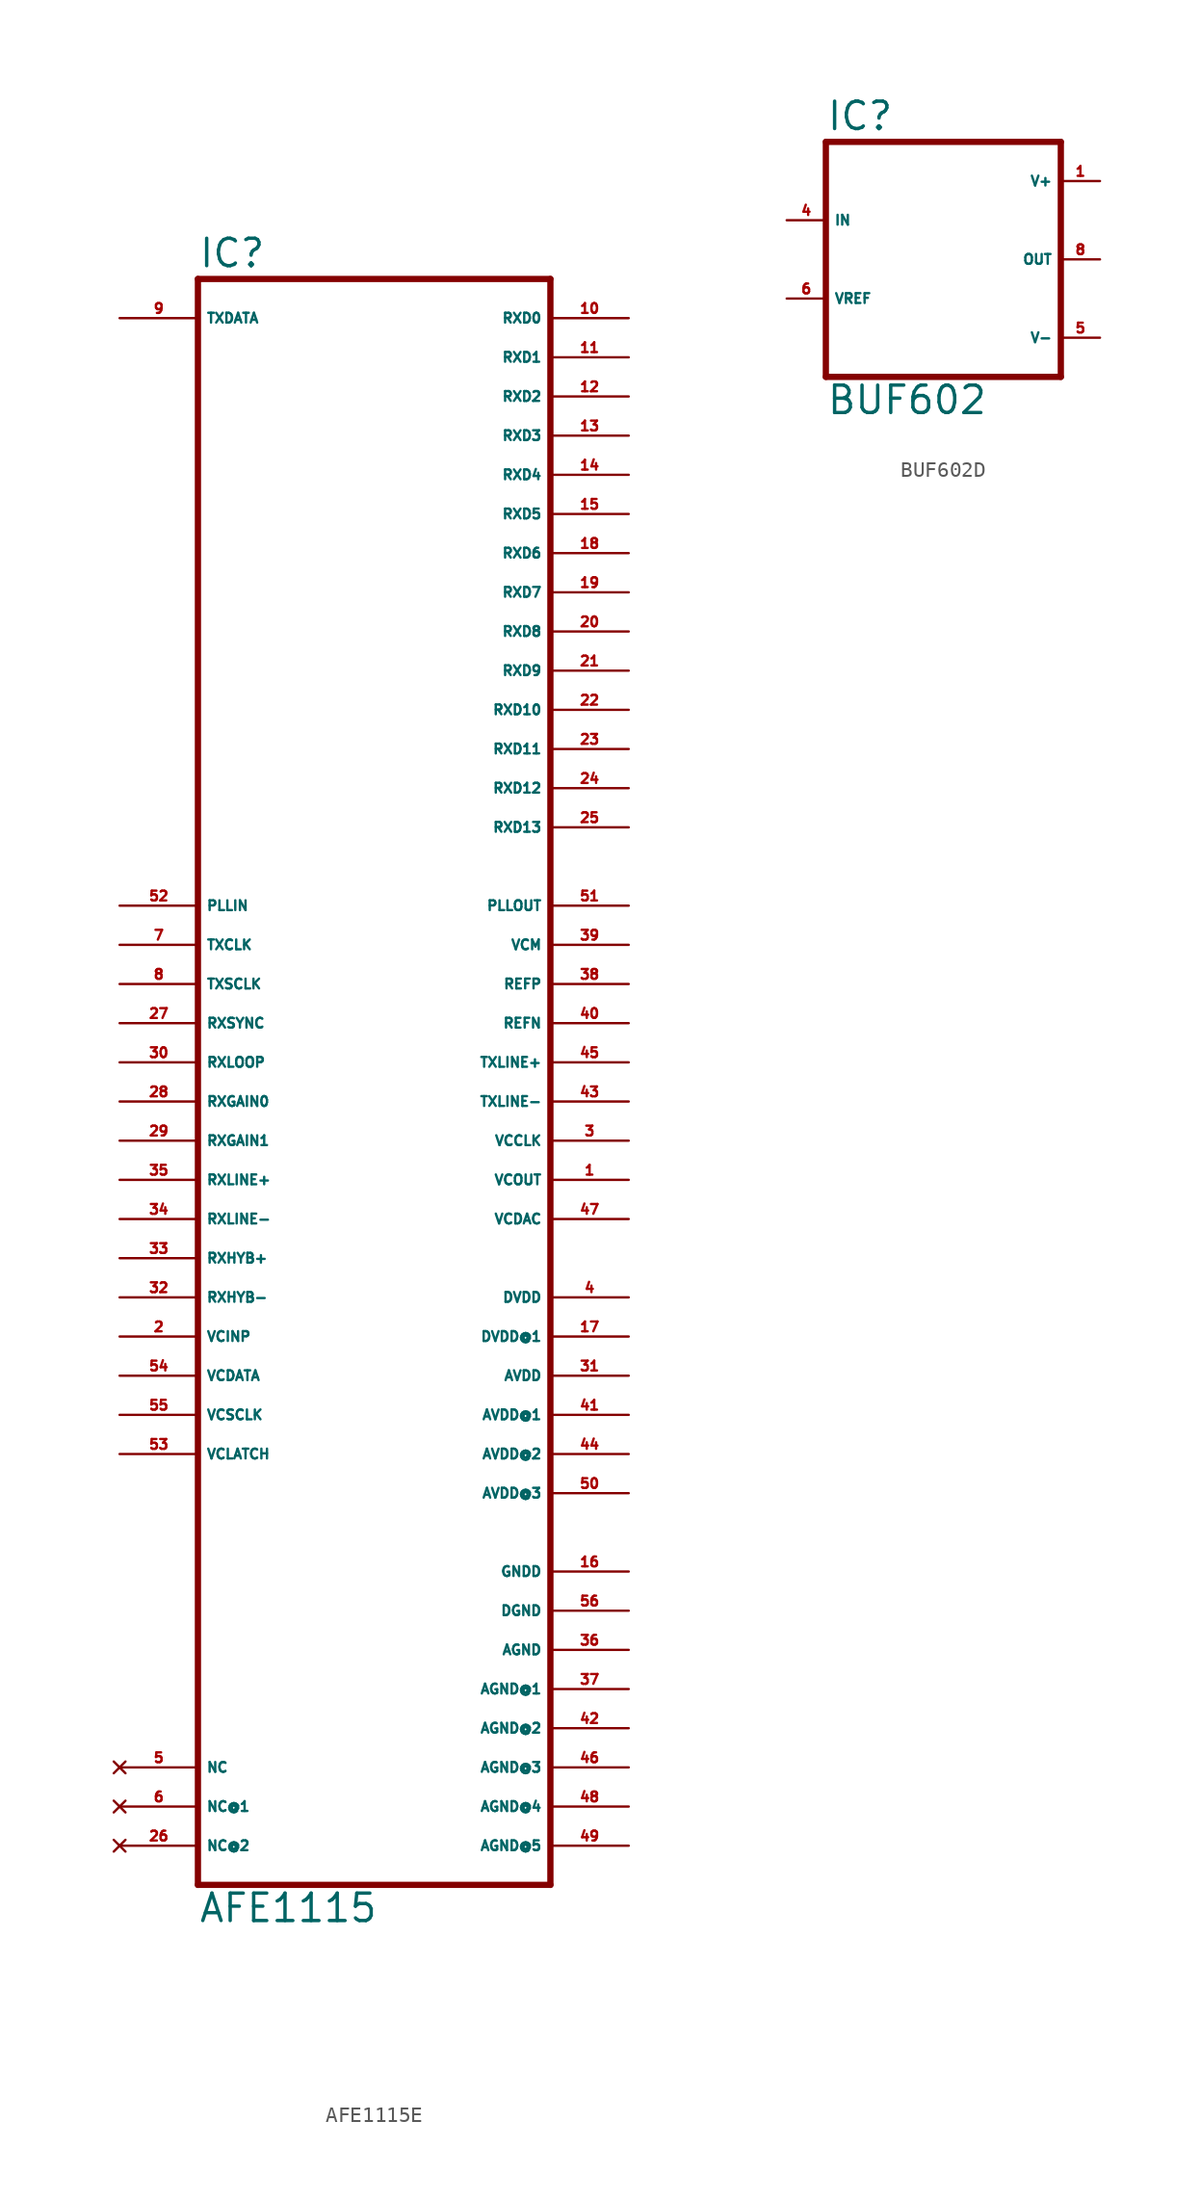
<source format=kicad_sym>
(kicad_symbol_lib
  (version 20220914)
  (generator Eagle2Kicad)
  (symbol "AFE1115E"
    (property "Reference" "IC"
      (at -10.16 51.435 0)
      (effects (font (size 1.778 1.778) (thickness 0.22)) (justify left bottom)))
    (property "Value" "AFE1115"
      (at -10.16 -55.88 0)
      (effects (font (size 1.778 1.778) (thickness 0.22)) (justify left bottom)))
    (polyline
      (pts (xy -10.16 50.8) (xy 12.7 50.8))
      (stroke (width 0.406) (type default))
      (fill (type none)))
    (polyline
      (pts (xy 12.7 50.8) (xy 12.7 -53.34))
      (stroke (width 0.406) (type default))
      (fill (type none)))
    (polyline
      (pts (xy 12.7 -53.34) (xy -10.16 -53.34))
      (stroke (width 0.406) (type default))
      (fill (type none)))
    (polyline
      (pts (xy -10.16 -53.34) (xy -10.16 50.8))
      (stroke (width 0.406) (type default))
      (fill (type none)))
    (pin input line
      (at -15.24 48.26 0)
      (length 5.08)
      (name "TXDATA" (effects (font (size 0.635 0.635) (thickness 0.08)) (justify left bottom)))
      (number "9" (effects (font (size 0.635 0.635) (thickness 0.08)) (justify left bottom))))
    (pin input line
      (at -15.24 10.16 0)
      (length 5.08)
      (name "PLLIN" (effects (font (size 0.635 0.635) (thickness 0.08)) (justify left bottom)))
      (number "52" (effects (font (size 0.635 0.635) (thickness 0.08)) (justify left bottom))))
    (pin input line
      (at -15.24 5.08 0)
      (length 5.08)
      (name "TXSCLK" (effects (font (size 0.635 0.635) (thickness 0.08)) (justify left bottom)))
      (number "8" (effects (font (size 0.635 0.635) (thickness 0.08)) (justify left bottom))))
    (pin input line
      (at -15.24 7.62 0)
      (length 5.08)
      (name "TXCLK" (effects (font (size 0.635 0.635) (thickness 0.08)) (justify left bottom)))
      (number "7" (effects (font (size 0.635 0.635) (thickness 0.08)) (justify left bottom))))
    (pin input line
      (at -15.24 -20.32 0)
      (length 5.08)
      (name "VCDATA" (effects (font (size 0.635 0.635) (thickness 0.08)) (justify left bottom)))
      (number "54" (effects (font (size 0.635 0.635) (thickness 0.08)) (justify left bottom))))
    (pin input line
      (at -15.24 -22.86 0)
      (length 5.08)
      (name "VCSCLK" (effects (font (size 0.635 0.635) (thickness 0.08)) (justify left bottom)))
      (number "55" (effects (font (size 0.635 0.635) (thickness 0.08)) (justify left bottom))))
    (pin input line
      (at -15.24 -25.4 0)
      (length 5.08)
      (name "VCLATCH" (effects (font (size 0.635 0.635) (thickness 0.08)) (justify left bottom)))
      (number "53" (effects (font (size 0.635 0.635) (thickness 0.08)) (justify left bottom))))
    (pin input line
      (at -15.24 2.54 0)
      (length 5.08)
      (name "RXSYNC" (effects (font (size 0.635 0.635) (thickness 0.08)) (justify left bottom)))
      (number "27" (effects (font (size 0.635 0.635) (thickness 0.08)) (justify left bottom))))
    (pin input line
      (at -15.24 0 0)
      (length 5.08)
      (name "RXLOOP" (effects (font (size 0.635 0.635) (thickness 0.08)) (justify left bottom)))
      (number "30" (effects (font (size 0.635 0.635) (thickness 0.08)) (justify left bottom))))
    (pin input line
      (at -15.24 -2.54 0)
      (length 5.08)
      (name "RXGAIN0" (effects (font (size 0.635 0.635) (thickness 0.08)) (justify left bottom)))
      (number "28" (effects (font (size 0.635 0.635) (thickness 0.08)) (justify left bottom))))
    (pin input line
      (at -15.24 -5.08 0)
      (length 5.08)
      (name "RXGAIN1" (effects (font (size 0.635 0.635) (thickness 0.08)) (justify left bottom)))
      (number "29" (effects (font (size 0.635 0.635) (thickness 0.08)) (justify left bottom))))
    (pin input line
      (at -15.24 -7.62 0)
      (length 5.08)
      (name "RXLINE+" (effects (font (size 0.635 0.635) (thickness 0.08)) (justify left bottom)))
      (number "35" (effects (font (size 0.635 0.635) (thickness 0.08)) (justify left bottom))))
    (pin input line
      (at -15.24 -10.16 0)
      (length 5.08)
      (name "RXLINE-" (effects (font (size 0.635 0.635) (thickness 0.08)) (justify left bottom)))
      (number "34" (effects (font (size 0.635 0.635) (thickness 0.08)) (justify left bottom))))
    (pin input line
      (at -15.24 -12.7 0)
      (length 5.08)
      (name "RXHYB+" (effects (font (size 0.635 0.635) (thickness 0.08)) (justify left bottom)))
      (number "33" (effects (font (size 0.635 0.635) (thickness 0.08)) (justify left bottom))))
    (pin input line
      (at -15.24 -15.24 0)
      (length 5.08)
      (name "RXHYB-" (effects (font (size 0.635 0.635) (thickness 0.08)) (justify left bottom)))
      (number "32" (effects (font (size 0.635 0.635) (thickness 0.08)) (justify left bottom))))
    (pin input line
      (at -15.24 -17.78 0)
      (length 5.08)
      (name "VCINP" (effects (font (size 0.635 0.635) (thickness 0.08)) (justify left bottom)))
      (number "2" (effects (font (size 0.635 0.635) (thickness 0.08)) (justify left bottom))))
    (pin output line
      (at 17.78 48.26 180)
      (length 5.08)
      (name "RXD0" (effects (font (size 0.635 0.635) (thickness 0.08)) (justify left bottom)))
      (number "10" (effects (font (size 0.635 0.635) (thickness 0.08)) (justify left bottom))))
    (pin output line
      (at 17.78 45.72 180)
      (length 5.08)
      (name "RXD1" (effects (font (size 0.635 0.635) (thickness 0.08)) (justify left bottom)))
      (number "11" (effects (font (size 0.635 0.635) (thickness 0.08)) (justify left bottom))))
    (pin output line
      (at 17.78 43.18 180)
      (length 5.08)
      (name "RXD2" (effects (font (size 0.635 0.635) (thickness 0.08)) (justify left bottom)))
      (number "12" (effects (font (size 0.635 0.635) (thickness 0.08)) (justify left bottom))))
    (pin output line
      (at 17.78 40.64 180)
      (length 5.08)
      (name "RXD3" (effects (font (size 0.635 0.635) (thickness 0.08)) (justify left bottom)))
      (number "13" (effects (font (size 0.635 0.635) (thickness 0.08)) (justify left bottom))))
    (pin output line
      (at 17.78 38.1 180)
      (length 5.08)
      (name "RXD4" (effects (font (size 0.635 0.635) (thickness 0.08)) (justify left bottom)))
      (number "14" (effects (font (size 0.635 0.635) (thickness 0.08)) (justify left bottom))))
    (pin output line
      (at 17.78 35.56 180)
      (length 5.08)
      (name "RXD5" (effects (font (size 0.635 0.635) (thickness 0.08)) (justify left bottom)))
      (number "15" (effects (font (size 0.635 0.635) (thickness 0.08)) (justify left bottom))))
    (pin output line
      (at 17.78 30.48 180)
      (length 5.08)
      (name "RXD7" (effects (font (size 0.635 0.635) (thickness 0.08)) (justify left bottom)))
      (number "19" (effects (font (size 0.635 0.635) (thickness 0.08)) (justify left bottom))))
    (pin output line
      (at 17.78 33.02 180)
      (length 5.08)
      (name "RXD6" (effects (font (size 0.635 0.635) (thickness 0.08)) (justify left bottom)))
      (number "18" (effects (font (size 0.635 0.635) (thickness 0.08)) (justify left bottom))))
    (pin output line
      (at 17.78 27.94 180)
      (length 5.08)
      (name "RXD8" (effects (font (size 0.635 0.635) (thickness 0.08)) (justify left bottom)))
      (number "20" (effects (font (size 0.635 0.635) (thickness 0.08)) (justify left bottom))))
    (pin output line
      (at 17.78 25.4 180)
      (length 5.08)
      (name "RXD9" (effects (font (size 0.635 0.635) (thickness 0.08)) (justify left bottom)))
      (number "21" (effects (font (size 0.635 0.635) (thickness 0.08)) (justify left bottom))))
    (pin output line
      (at 17.78 22.86 180)
      (length 5.08)
      (name "RXD10" (effects (font (size 0.635 0.635) (thickness 0.08)) (justify left bottom)))
      (number "22" (effects (font (size 0.635 0.635) (thickness 0.08)) (justify left bottom))))
    (pin output line
      (at 17.78 20.32 180)
      (length 5.08)
      (name "RXD11" (effects (font (size 0.635 0.635) (thickness 0.08)) (justify left bottom)))
      (number "23" (effects (font (size 0.635 0.635) (thickness 0.08)) (justify left bottom))))
    (pin output line
      (at 17.78 17.78 180)
      (length 5.08)
      (name "RXD12" (effects (font (size 0.635 0.635) (thickness 0.08)) (justify left bottom)))
      (number "24" (effects (font (size 0.635 0.635) (thickness 0.08)) (justify left bottom))))
    (pin output line
      (at 17.78 15.24 180)
      (length 5.08)
      (name "RXD13" (effects (font (size 0.635 0.635) (thickness 0.08)) (justify left bottom)))
      (number "25" (effects (font (size 0.635 0.635) (thickness 0.08)) (justify left bottom))))
    (pin output line
      (at 17.78 10.16 180)
      (length 5.08)
      (name "PLLOUT" (effects (font (size 0.635 0.635) (thickness 0.08)) (justify left bottom)))
      (number "51" (effects (font (size 0.635 0.635) (thickness 0.08)) (justify left bottom))))
    (pin output line
      (at 17.78 7.62 180)
      (length 5.08)
      (name "VCM" (effects (font (size 0.635 0.635) (thickness 0.08)) (justify left bottom)))
      (number "39" (effects (font (size 0.635 0.635) (thickness 0.08)) (justify left bottom))))
    (pin output line
      (at 17.78 5.08 180)
      (length 5.08)
      (name "REFP" (effects (font (size 0.635 0.635) (thickness 0.08)) (justify left bottom)))
      (number "38" (effects (font (size 0.635 0.635) (thickness 0.08)) (justify left bottom))))
    (pin output line
      (at 17.78 2.54 180)
      (length 5.08)
      (name "REFN" (effects (font (size 0.635 0.635) (thickness 0.08)) (justify left bottom)))
      (number "40" (effects (font (size 0.635 0.635) (thickness 0.08)) (justify left bottom))))
    (pin output line
      (at 17.78 0 180)
      (length 5.08)
      (name "TXLINE+" (effects (font (size 0.635 0.635) (thickness 0.08)) (justify left bottom)))
      (number "45" (effects (font (size 0.635 0.635) (thickness 0.08)) (justify left bottom))))
    (pin output line
      (at 17.78 -2.54 180)
      (length 5.08)
      (name "TXLINE-" (effects (font (size 0.635 0.635) (thickness 0.08)) (justify left bottom)))
      (number "43" (effects (font (size 0.635 0.635) (thickness 0.08)) (justify left bottom))))
    (pin output line
      (at 17.78 -5.08 180)
      (length 5.08)
      (name "VCCLK" (effects (font (size 0.635 0.635) (thickness 0.08)) (justify left bottom)))
      (number "3" (effects (font (size 0.635 0.635) (thickness 0.08)) (justify left bottom))))
    (pin output line
      (at 17.78 -7.62 180)
      (length 5.08)
      (name "VCOUT" (effects (font (size 0.635 0.635) (thickness 0.08)) (justify left bottom)))
      (number "1" (effects (font (size 0.635 0.635) (thickness 0.08)) (justify left bottom))))
    (pin output line
      (at 17.78 -10.16 180)
      (length 5.08)
      (name "VCDAC" (effects (font (size 0.635 0.635) (thickness 0.08)) (justify left bottom)))
      (number "47" (effects (font (size 0.635 0.635) (thickness 0.08)) (justify left bottom))))
    (pin unspecified line
      (at 17.78 -15.24 180)
      (length 5.08)
      (name "DVDD" (effects (font (size 0.635 0.635) (thickness 0.08)) (justify left bottom)))
      (number "4" (effects (font (size 0.635 0.635) (thickness 0.08)) (justify left bottom))))
    (pin unspecified line
      (at 17.78 -17.78 180)
      (length 5.08)
      (name "DVDD@1" (effects (font (size 0.635 0.635) (thickness 0.08)) (justify left bottom)))
      (number "17" (effects (font (size 0.635 0.635) (thickness 0.08)) (justify left bottom))))
    (pin unspecified line
      (at 17.78 -20.32 180)
      (length 5.08)
      (name "AVDD" (effects (font (size 0.635 0.635) (thickness 0.08)) (justify left bottom)))
      (number "31" (effects (font (size 0.635 0.635) (thickness 0.08)) (justify left bottom))))
    (pin unspecified line
      (at 17.78 -22.86 180)
      (length 5.08)
      (name "AVDD@1" (effects (font (size 0.635 0.635) (thickness 0.08)) (justify left bottom)))
      (number "41" (effects (font (size 0.635 0.635) (thickness 0.08)) (justify left bottom))))
    (pin unspecified line
      (at 17.78 -25.4 180)
      (length 5.08)
      (name "AVDD@2" (effects (font (size 0.635 0.635) (thickness 0.08)) (justify left bottom)))
      (number "44" (effects (font (size 0.635 0.635) (thickness 0.08)) (justify left bottom))))
    (pin unspecified line
      (at 17.78 -27.94 180)
      (length 5.08)
      (name "AVDD@3" (effects (font (size 0.635 0.635) (thickness 0.08)) (justify left bottom)))
      (number "50" (effects (font (size 0.635 0.635) (thickness 0.08)) (justify left bottom))))
    (pin unspecified line
      (at 17.78 -33.02 180)
      (length 5.08)
      (name "GNDD" (effects (font (size 0.635 0.635) (thickness 0.08)) (justify left bottom)))
      (number "16" (effects (font (size 0.635 0.635) (thickness 0.08)) (justify left bottom))))
    (pin unspecified line
      (at 17.78 -38.1 180)
      (length 5.08)
      (name "AGND" (effects (font (size 0.635 0.635) (thickness 0.08)) (justify left bottom)))
      (number "36" (effects (font (size 0.635 0.635) (thickness 0.08)) (justify left bottom))))
    (pin unspecified line
      (at 17.78 -40.64 180)
      (length 5.08)
      (name "AGND@1" (effects (font (size 0.635 0.635) (thickness 0.08)) (justify left bottom)))
      (number "37" (effects (font (size 0.635 0.635) (thickness 0.08)) (justify left bottom))))
    (pin unspecified line
      (at 17.78 -43.18 180)
      (length 5.08)
      (name "AGND@2" (effects (font (size 0.635 0.635) (thickness 0.08)) (justify left bottom)))
      (number "42" (effects (font (size 0.635 0.635) (thickness 0.08)) (justify left bottom))))
    (pin unspecified line
      (at 17.78 -45.72 180)
      (length 5.08)
      (name "AGND@3" (effects (font (size 0.635 0.635) (thickness 0.08)) (justify left bottom)))
      (number "46" (effects (font (size 0.635 0.635) (thickness 0.08)) (justify left bottom))))
    (pin unspecified line
      (at 17.78 -48.26 180)
      (length 5.08)
      (name "AGND@4" (effects (font (size 0.635 0.635) (thickness 0.08)) (justify left bottom)))
      (number "48" (effects (font (size 0.635 0.635) (thickness 0.08)) (justify left bottom))))
    (pin output line
      (at 17.78 -50.8 180)
      (length 5.08)
      (name "AGND@5" (effects (font (size 0.635 0.635) (thickness 0.08)) (justify left bottom)))
      (number "49" (effects (font (size 0.635 0.635) (thickness 0.08)) (justify left bottom))))
    (pin no_connect line
      (at -15.24 -45.72 0)
      (length 5.08)
      (name "NC" (effects (font (size 0.635 0.635) (thickness 0.08)) (justify left bottom) hide))
      (number "5" (effects (font (size 0.635 0.635) (thickness 0.08)) (justify left bottom) hide)))
    (pin no_connect line
      (at -15.24 -48.26 0)
      (length 5.08)
      (name "NC@1" (effects (font (size 0.635 0.635) (thickness 0.08)) (justify left bottom) hide))
      (number "6" (effects (font (size 0.635 0.635) (thickness 0.08)) (justify left bottom) hide)))
    (pin no_connect line
      (at -15.24 -50.8 0)
      (length 5.08)
      (name "NC@2" (effects (font (size 0.635 0.635) (thickness 0.08)) (justify left bottom) hide))
      (number "26" (effects (font (size 0.635 0.635) (thickness 0.08)) (justify left bottom) hide)))
    (pin unspecified line
      (at 17.78 -35.56 180)
      (length 5.08)
      (name "DGND" (effects (font (size 0.635 0.635) (thickness 0.08)) (justify left bottom)))
      (number "56" (effects (font (size 0.635 0.635) (thickness 0.08)) (justify left bottom)))))
  (symbol "BUF602D"
    (property "Reference" "IC"
      (at -7.62 8.255 0)
      (effects (font (size 1.778 1.778) (thickness 0.22)) (justify left bottom)))
    (property "Value" "BUF602"
      (at -7.62 -10.16 0)
      (effects (font (size 1.778 1.778) (thickness 0.22)) (justify left bottom)))
    (polyline
      (pts (xy 7.62 -7.62) (xy -7.62 -7.62))
      (stroke (width 0.406) (type default))
      (fill (type none)))
    (polyline
      (pts (xy -7.62 -7.62) (xy -7.62 7.62))
      (stroke (width 0.406) (type default))
      (fill (type none)))
    (polyline
      (pts (xy -7.62 7.62) (xy 7.62 7.62))
      (stroke (width 0.406) (type default))
      (fill (type none)))
    (polyline
      (pts (xy 7.62 7.62) (xy 7.62 -7.62))
      (stroke (width 0.406) (type default))
      (fill (type none)))
    (pin passive line
      (at -10.16 -2.54 0)
      (length 2.54)
      (name "VREF" (effects (font (size 0.635 0.635) (thickness 0.08)) (justify left bottom)))
      (number "6" (effects (font (size 0.635 0.635) (thickness 0.08)) (justify left bottom))))
    (pin input line
      (at -10.16 2.54 0)
      (length 2.54)
      (name "IN" (effects (font (size 0.635 0.635) (thickness 0.08)) (justify left bottom)))
      (number "4" (effects (font (size 0.635 0.635) (thickness 0.08)) (justify left bottom))))
    (pin output line
      (at 10.16 0 180)
      (length 2.54)
      (name "OUT" (effects (font (size 0.635 0.635) (thickness 0.08)) (justify left bottom)))
      (number "8" (effects (font (size 0.635 0.635) (thickness 0.08)) (justify left bottom))))
    (pin unspecified line
      (at 10.16 5.08 180)
      (length 2.54)
      (name "V+" (effects (font (size 0.635 0.635) (thickness 0.08)) (justify left bottom)))
      (number "1" (effects (font (size 0.635 0.635) (thickness 0.08)) (justify left bottom))))
    (pin unspecified line
      (at 10.16 -5.08 180)
      (length 2.54)
      (name "V-" (effects (font (size 0.635 0.635) (thickness 0.08)) (justify left bottom)))
      (number "5" (effects (font (size 0.635 0.635) (thickness 0.08)) (justify left bottom))))))
</source>
